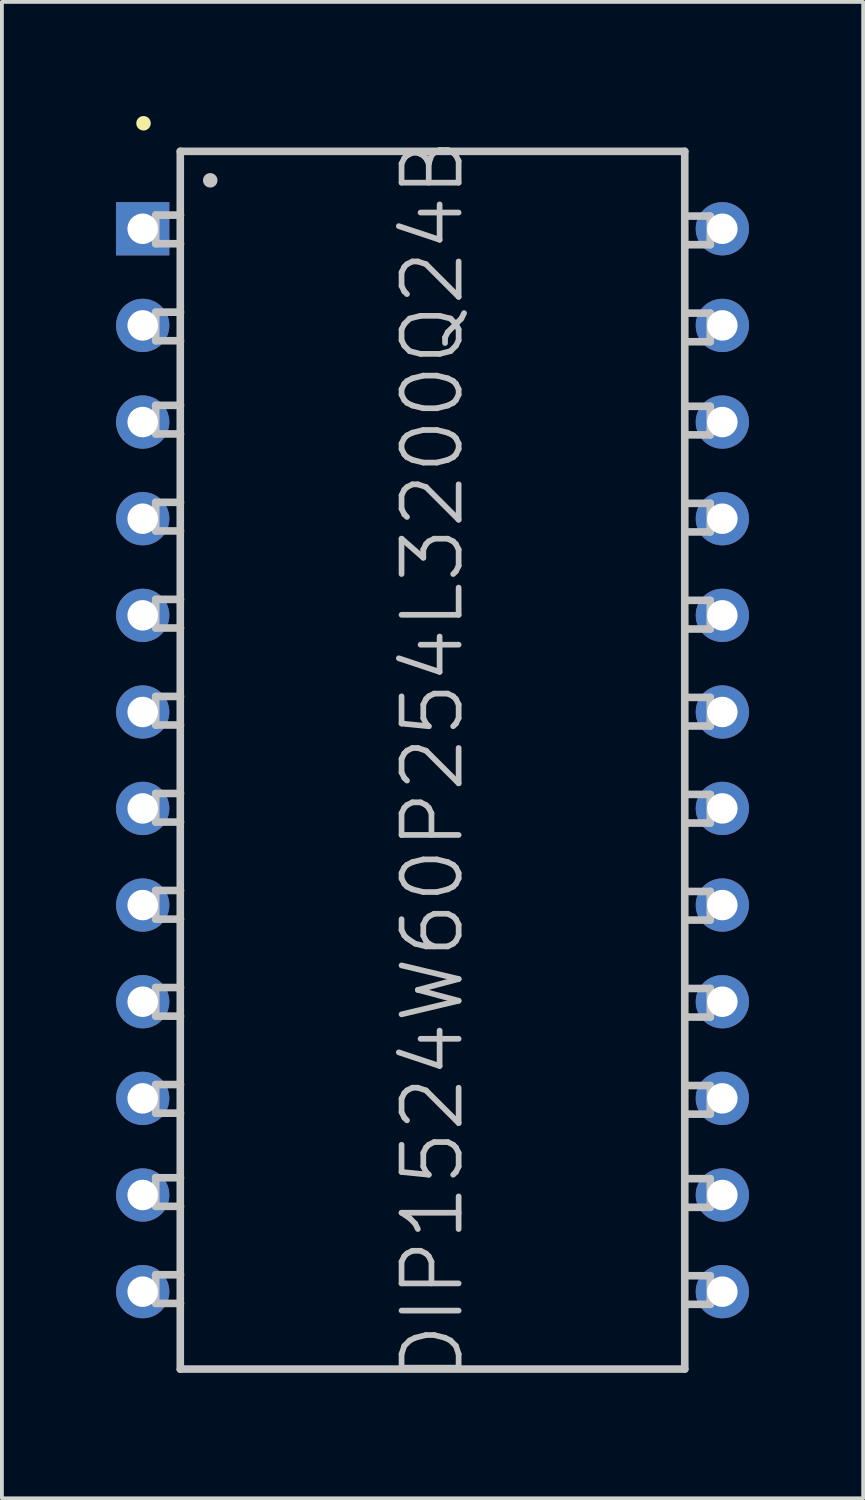
<source format=kicad_pcb>
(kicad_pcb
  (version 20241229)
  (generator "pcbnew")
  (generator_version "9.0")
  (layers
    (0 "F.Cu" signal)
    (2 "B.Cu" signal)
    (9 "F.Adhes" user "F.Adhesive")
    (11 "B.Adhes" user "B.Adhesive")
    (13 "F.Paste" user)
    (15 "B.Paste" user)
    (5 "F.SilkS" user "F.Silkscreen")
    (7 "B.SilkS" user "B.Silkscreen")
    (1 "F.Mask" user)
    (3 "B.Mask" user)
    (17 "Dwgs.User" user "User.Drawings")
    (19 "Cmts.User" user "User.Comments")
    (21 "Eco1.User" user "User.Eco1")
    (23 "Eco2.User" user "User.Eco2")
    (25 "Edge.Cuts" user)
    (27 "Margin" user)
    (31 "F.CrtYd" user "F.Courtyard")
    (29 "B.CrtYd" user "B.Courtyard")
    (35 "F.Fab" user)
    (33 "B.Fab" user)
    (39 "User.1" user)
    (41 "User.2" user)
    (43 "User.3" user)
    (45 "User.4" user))
  (footprint "DIP1524W60P254L3200Q24B"
    (layer "F.Cu")
    (at 8.317 16.929)
    (property "Reference" "DIP1524W60P254L3200Q24B" (at 0 0 90) (layer "Dwgs.User") (effects (font (size 1.5 1.5) (thickness 0.15))))
    (attr through_hole)
    (fp_line (start -7.595 -16.739) (end -7.595 -16.739) (stroke (width 0.381) (type solid)) (layer "F.SilkS"))
    (fp_line (start -7.275 -14.326) (end -6.624 -14.326) (stroke (width 0.2) (type solid)) (layer "Dwgs.User"))
    (fp_line (start -7.275 -13.574) (end -7.275 -14.326) (stroke (width 0.2) (type solid)) (layer "Dwgs.User"))
    (fp_line (start -7.275 -13.574) (end -6.624 -13.574) (stroke (width 0.2) (type solid)) (layer "Dwgs.User"))
    (fp_line (start -7.275 -11.775) (end -6.624 -11.775) (stroke (width 0.2) (type solid)) (layer "Dwgs.User"))
    (fp_line (start -7.275 -11.024) (end -7.275 -11.775) (stroke (width 0.2) (type solid)) (layer "Dwgs.User"))
    (fp_line (start -7.275 -11.024) (end -6.624 -11.024) (stroke (width 0.2) (type solid)) (layer "Dwgs.User"))
    (fp_line (start -7.275 -9.327) (end -6.624 -9.327) (stroke (width 0.2) (type solid)) (layer "Dwgs.User"))
    (fp_line (start -7.275 -8.575) (end -7.275 -9.327) (stroke (width 0.2) (type solid)) (layer "Dwgs.User"))
    (fp_line (start -7.275 -8.575) (end -6.624 -8.575) (stroke (width 0.2) (type solid)) (layer "Dwgs.User"))
    (fp_line (start -7.275 -6.777) (end -6.624 -6.777) (stroke (width 0.2) (type solid)) (layer "Dwgs.User"))
    (fp_line (start -7.275 -6.025) (end -7.275 -6.777) (stroke (width 0.2) (type solid)) (layer "Dwgs.User"))
    (fp_line (start -7.275 -6.025) (end -6.624 -6.025) (stroke (width 0.2) (type solid)) (layer "Dwgs.User"))
    (fp_line (start -7.275 -4.227) (end -6.624 -4.227) (stroke (width 0.2) (type solid)) (layer "Dwgs.User"))
    (fp_line (start -7.275 -3.475) (end -7.275 -4.227) (stroke (width 0.2) (type solid)) (layer "Dwgs.User"))
    (fp_line (start -7.275 -3.475) (end -6.624 -3.475) (stroke (width 0.2) (type solid)) (layer "Dwgs.User"))
    (fp_line (start -7.275 -1.676) (end -6.624 -1.676) (stroke (width 0.2) (type solid)) (layer "Dwgs.User"))
    (fp_line (start -7.275 -0.925) (end -7.275 -1.676) (stroke (width 0.2) (type solid)) (layer "Dwgs.User"))
    (fp_line (start -7.275 -0.925) (end -6.624 -0.925) (stroke (width 0.2) (type solid)) (layer "Dwgs.User"))
    (fp_line (start -7.275 0.874) (end -6.624 0.874) (stroke (width 0.2) (type solid)) (layer "Dwgs.User"))
    (fp_line (start -7.275 1.626) (end -7.275 0.874) (stroke (width 0.2) (type solid)) (layer "Dwgs.User"))
    (fp_line (start -7.275 1.626) (end -6.624 1.626) (stroke (width 0.2) (type solid)) (layer "Dwgs.User"))
    (fp_line (start -7.275 3.424) (end -6.624 3.424) (stroke (width 0.2) (type solid)) (layer "Dwgs.User"))
    (fp_line (start -7.275 4.176) (end -7.275 3.424) (stroke (width 0.2) (type solid)) (layer "Dwgs.User"))
    (fp_line (start -7.275 4.176) (end -6.624 4.176) (stroke (width 0.2) (type solid)) (layer "Dwgs.User"))
    (fp_line (start -7.275 5.974) (end -6.624 5.974) (stroke (width 0.2) (type solid)) (layer "Dwgs.User"))
    (fp_line (start -7.275 6.726) (end -7.275 5.974) (stroke (width 0.2) (type solid)) (layer "Dwgs.User"))
    (fp_line (start -7.275 6.726) (end -6.624 6.726) (stroke (width 0.2) (type solid)) (layer "Dwgs.User"))
    (fp_line (start -7.275 8.524) (end -6.624 8.524) (stroke (width 0.2) (type solid)) (layer "Dwgs.User"))
    (fp_line (start -7.275 9.276) (end -7.275 8.524) (stroke (width 0.2) (type solid)) (layer "Dwgs.User"))
    (fp_line (start -7.275 9.276) (end -6.624 9.276) (stroke (width 0.2) (type solid)) (layer "Dwgs.User"))
    (fp_line (start -7.275 10.973) (end -6.624 10.973) (stroke (width 0.2) (type solid)) (layer "Dwgs.User"))
    (fp_line (start -7.275 11.725) (end -7.275 10.973) (stroke (width 0.2) (type solid)) (layer "Dwgs.User"))
    (fp_line (start -7.275 11.725) (end -6.624 11.725) (stroke (width 0.2) (type solid)) (layer "Dwgs.User"))
    (fp_line (start -7.275 13.523) (end -6.624 13.523) (stroke (width 0.2) (type solid)) (layer "Dwgs.User"))
    (fp_line (start -7.275 14.275) (end -7.275 13.523) (stroke (width 0.2) (type solid)) (layer "Dwgs.User"))
    (fp_line (start -7.275 14.275) (end -6.624 14.275) (stroke (width 0.2) (type solid)) (layer "Dwgs.User"))
    (fp_line (start -6.629 -16.002) (end -6.629 16.002) (stroke (width 0.2) (type solid)) (layer "Dwgs.User"))
    (fp_line (start -6.629 -16.002) (end 6.629 -16.002) (stroke (width 0.2) (type solid)) (layer "Dwgs.User"))
    (fp_line (start -6.629 16.002) (end 6.629 16.002) (stroke (width 0.2) (type solid)) (layer "Dwgs.User"))
    (fp_line (start -5.842 -15.24) (end -5.842 -15.24) (stroke (width 0.381) (type solid)) (layer "Dwgs.User"))
    (fp_line (start 6.629 -16.002) (end 6.629 16.002) (stroke (width 0.2) (type solid)) (layer "Dwgs.User"))
    (fp_line (start 7.3 -14.3) (end 6.65 -14.3) (stroke (width 0.2) (type solid)) (layer "Dwgs.User"))
    (fp_line (start 7.3 -14.3) (end 7.3 -13.548) (stroke (width 0.2) (type solid)) (layer "Dwgs.User"))
    (fp_line (start 7.3 -13.548) (end 6.65 -13.548) (stroke (width 0.2) (type solid)) (layer "Dwgs.User"))
    (fp_line (start 7.3 -11.75) (end 6.65 -11.75) (stroke (width 0.2) (type solid)) (layer "Dwgs.User"))
    (fp_line (start 7.3 -11.75) (end 7.3 -10.998) (stroke (width 0.2) (type solid)) (layer "Dwgs.User"))
    (fp_line (start 7.3 -10.998) (end 6.65 -10.998) (stroke (width 0.2) (type solid)) (layer "Dwgs.User"))
    (fp_line (start 7.3 -9.301) (end 6.65 -9.301) (stroke (width 0.2) (type solid)) (layer "Dwgs.User"))
    (fp_line (start 7.3 -9.301) (end 7.3 -8.55) (stroke (width 0.2) (type solid)) (layer "Dwgs.User"))
    (fp_line (start 7.3 -8.55) (end 6.65 -8.55) (stroke (width 0.2) (type solid)) (layer "Dwgs.User"))
    (fp_line (start 7.3 -6.751) (end 6.65 -6.751) (stroke (width 0.2) (type solid)) (layer "Dwgs.User"))
    (fp_line (start 7.3 -6.751) (end 7.3 -5.999) (stroke (width 0.2) (type solid)) (layer "Dwgs.User"))
    (fp_line (start 7.3 -5.999) (end 6.65 -5.999) (stroke (width 0.2) (type solid)) (layer "Dwgs.User"))
    (fp_line (start 7.3 -4.201) (end 6.65 -4.201) (stroke (width 0.2) (type solid)) (layer "Dwgs.User"))
    (fp_line (start 7.3 -4.201) (end 7.3 -3.449) (stroke (width 0.2) (type solid)) (layer "Dwgs.User"))
    (fp_line (start 7.3 -3.449) (end 6.65 -3.449) (stroke (width 0.2) (type solid)) (layer "Dwgs.User"))
    (fp_line (start 7.3 -1.651) (end 6.65 -1.651) (stroke (width 0.2) (type solid)) (layer "Dwgs.User"))
    (fp_line (start 7.3 -1.651) (end 7.3 -0.899) (stroke (width 0.2) (type solid)) (layer "Dwgs.User"))
    (fp_line (start 7.3 -0.899) (end 6.65 -0.899) (stroke (width 0.2) (type solid)) (layer "Dwgs.User"))
    (fp_line (start 7.3 0.899) (end 6.65 0.899) (stroke (width 0.2) (type solid)) (layer "Dwgs.User"))
    (fp_line (start 7.3 0.899) (end 7.3 1.651) (stroke (width 0.2) (type solid)) (layer "Dwgs.User"))
    (fp_line (start 7.3 1.651) (end 6.65 1.651) (stroke (width 0.2) (type solid)) (layer "Dwgs.User"))
    (fp_line (start 7.3 3.449) (end 6.65 3.449) (stroke (width 0.2) (type solid)) (layer "Dwgs.User"))
    (fp_line (start 7.3 3.449) (end 7.3 4.201) (stroke (width 0.2) (type solid)) (layer "Dwgs.User"))
    (fp_line (start 7.3 4.201) (end 6.65 4.201) (stroke (width 0.2) (type solid)) (layer "Dwgs.User"))
    (fp_line (start 7.3 5.999) (end 6.65 5.999) (stroke (width 0.2) (type solid)) (layer "Dwgs.User"))
    (fp_line (start 7.3 5.999) (end 7.3 6.751) (stroke (width 0.2) (type solid)) (layer "Dwgs.User"))
    (fp_line (start 7.3 6.751) (end 6.65 6.751) (stroke (width 0.2) (type solid)) (layer "Dwgs.User"))
    (fp_line (start 7.3 8.55) (end 6.65 8.55) (stroke (width 0.2) (type solid)) (layer "Dwgs.User"))
    (fp_line (start 7.3 8.55) (end 7.3 9.301) (stroke (width 0.2) (type solid)) (layer "Dwgs.User"))
    (fp_line (start 7.3 9.301) (end 6.65 9.301) (stroke (width 0.2) (type solid)) (layer "Dwgs.User"))
    (fp_line (start 7.3 10.998) (end 6.65 10.998) (stroke (width 0.2) (type solid)) (layer "Dwgs.User"))
    (fp_line (start 7.3 10.998) (end 7.3 11.75) (stroke (width 0.2) (type solid)) (layer "Dwgs.User"))
    (fp_line (start 7.3 11.75) (end 6.65 11.75) (stroke (width 0.2) (type solid)) (layer "Dwgs.User"))
    (fp_line (start 7.3 13.548) (end 6.65 13.548) (stroke (width 0.2) (type solid)) (layer "Dwgs.User"))
    (fp_line (start 7.3 13.548) (end 7.3 14.3) (stroke (width 0.2) (type solid)) (layer "Dwgs.User"))
    (fp_line (start 7.3 14.3) (end 6.65 14.3) (stroke (width 0.2) (type solid)) (layer "Dwgs.User"))
    (pad "1" thru_hole rect (at -7.617 -13.967 180) (size 1.4 1.4) (drill 0.8) (layers "*.Cu" "*.Mask"))
    (pad "2" thru_hole circle (at -7.617 -11.427 180) (size 1.4 1.4) (drill 0.8) (layers "*.Cu" "*.Mask"))
    (pad "3" thru_hole circle (at -7.617 -8.887 180) (size 1.4 1.4) (drill 0.8) (layers "*.Cu" "*.Mask"))
    (pad "4" thru_hole circle (at -7.617 -6.347 180) (size 1.4 1.4) (drill 0.8) (layers "*.Cu" "*.Mask"))
    (pad "5" thru_hole circle (at -7.617 -3.807 180) (size 1.4 1.4) (drill 0.8) (layers "*.Cu" "*.Mask"))
    (pad "6" thru_hole circle (at -7.617 -1.267 180) (size 1.4 1.4) (drill 0.8) (layers "*.Cu" "*.Mask"))
    (pad "7" thru_hole circle (at -7.617 1.267 180) (size 1.4 1.4) (drill 0.8) (layers "*.Cu" "*.Mask"))
    (pad "8" thru_hole circle (at -7.617 3.807 180) (size 1.4 1.4) (drill 0.8) (layers "*.Cu" "*.Mask"))
    (pad "9" thru_hole circle (at -7.617 6.347 180) (size 1.4 1.4) (drill 0.8) (layers "*.Cu" "*.Mask"))
    (pad "10" thru_hole circle (at -7.617 8.887 180) (size 1.4 1.4) (drill 0.8) (layers "*.Cu" "*.Mask"))
    (pad "11" thru_hole circle (at -7.617 11.427 180) (size 1.4 1.4) (drill 0.8) (layers "*.Cu" "*.Mask"))
    (pad "12" thru_hole circle (at -7.617 13.967 180) (size 1.4 1.4) (drill 0.8) (layers "*.Cu" "*.Mask"))
    (pad "13" thru_hole circle (at 7.617 13.967 180) (size 1.4 1.4) (drill 0.8) (layers "*.Cu" "*.Mask"))
    (pad "14" thru_hole circle (at 7.617 11.427 180) (size 1.4 1.4) (drill 0.8) (layers "*.Cu" "*.Mask"))
    (pad "15" thru_hole circle (at 7.617 8.887 180) (size 1.4 1.4) (drill 0.8) (layers "*.Cu" "*.Mask"))
    (pad "16" thru_hole circle (at 7.617 6.347 180) (size 1.4 1.4) (drill 0.8) (layers "*.Cu" "*.Mask"))
    (pad "17" thru_hole circle (at 7.617 3.807 180) (size 1.4 1.4) (drill 0.8) (layers "*.Cu" "*.Mask"))
    (pad "18" thru_hole circle (at 7.617 1.267 180) (size 1.4 1.4) (drill 0.8) (layers "*.Cu" "*.Mask"))
    (pad "19" thru_hole circle (at 7.617 -1.267 180) (size 1.4 1.4) (drill 0.8) (layers "*.Cu" "*.Mask"))
    (pad "20" thru_hole circle (at 7.617 -3.807 180) (size 1.4 1.4) (drill 0.8) (layers "*.Cu" "*.Mask"))
    (pad "21" thru_hole circle (at 7.617 -6.347 180) (size 1.4 1.4) (drill 0.8) (layers "*.Cu" "*.Mask"))
    (pad "22" thru_hole circle (at 7.617 -8.887 180) (size 1.4 1.4) (drill 0.8) (layers "*.Cu" "*.Mask"))
    (pad "23" thru_hole circle (at 7.617 -11.427 180) (size 1.4 1.4) (drill 0.8) (layers "*.Cu" "*.Mask"))
    (pad "24" thru_hole circle (at 7.617 -13.967 180) (size 1.4 1.4) (drill 0.8) (layers "*.Cu" "*.Mask")))
  (gr_rect
    (start -3 -3)
    (end 19.635 36.326)
    (stroke (width 0.1) (type default))
    (fill no)
    (layer "Edge.Cuts")))
</source>
